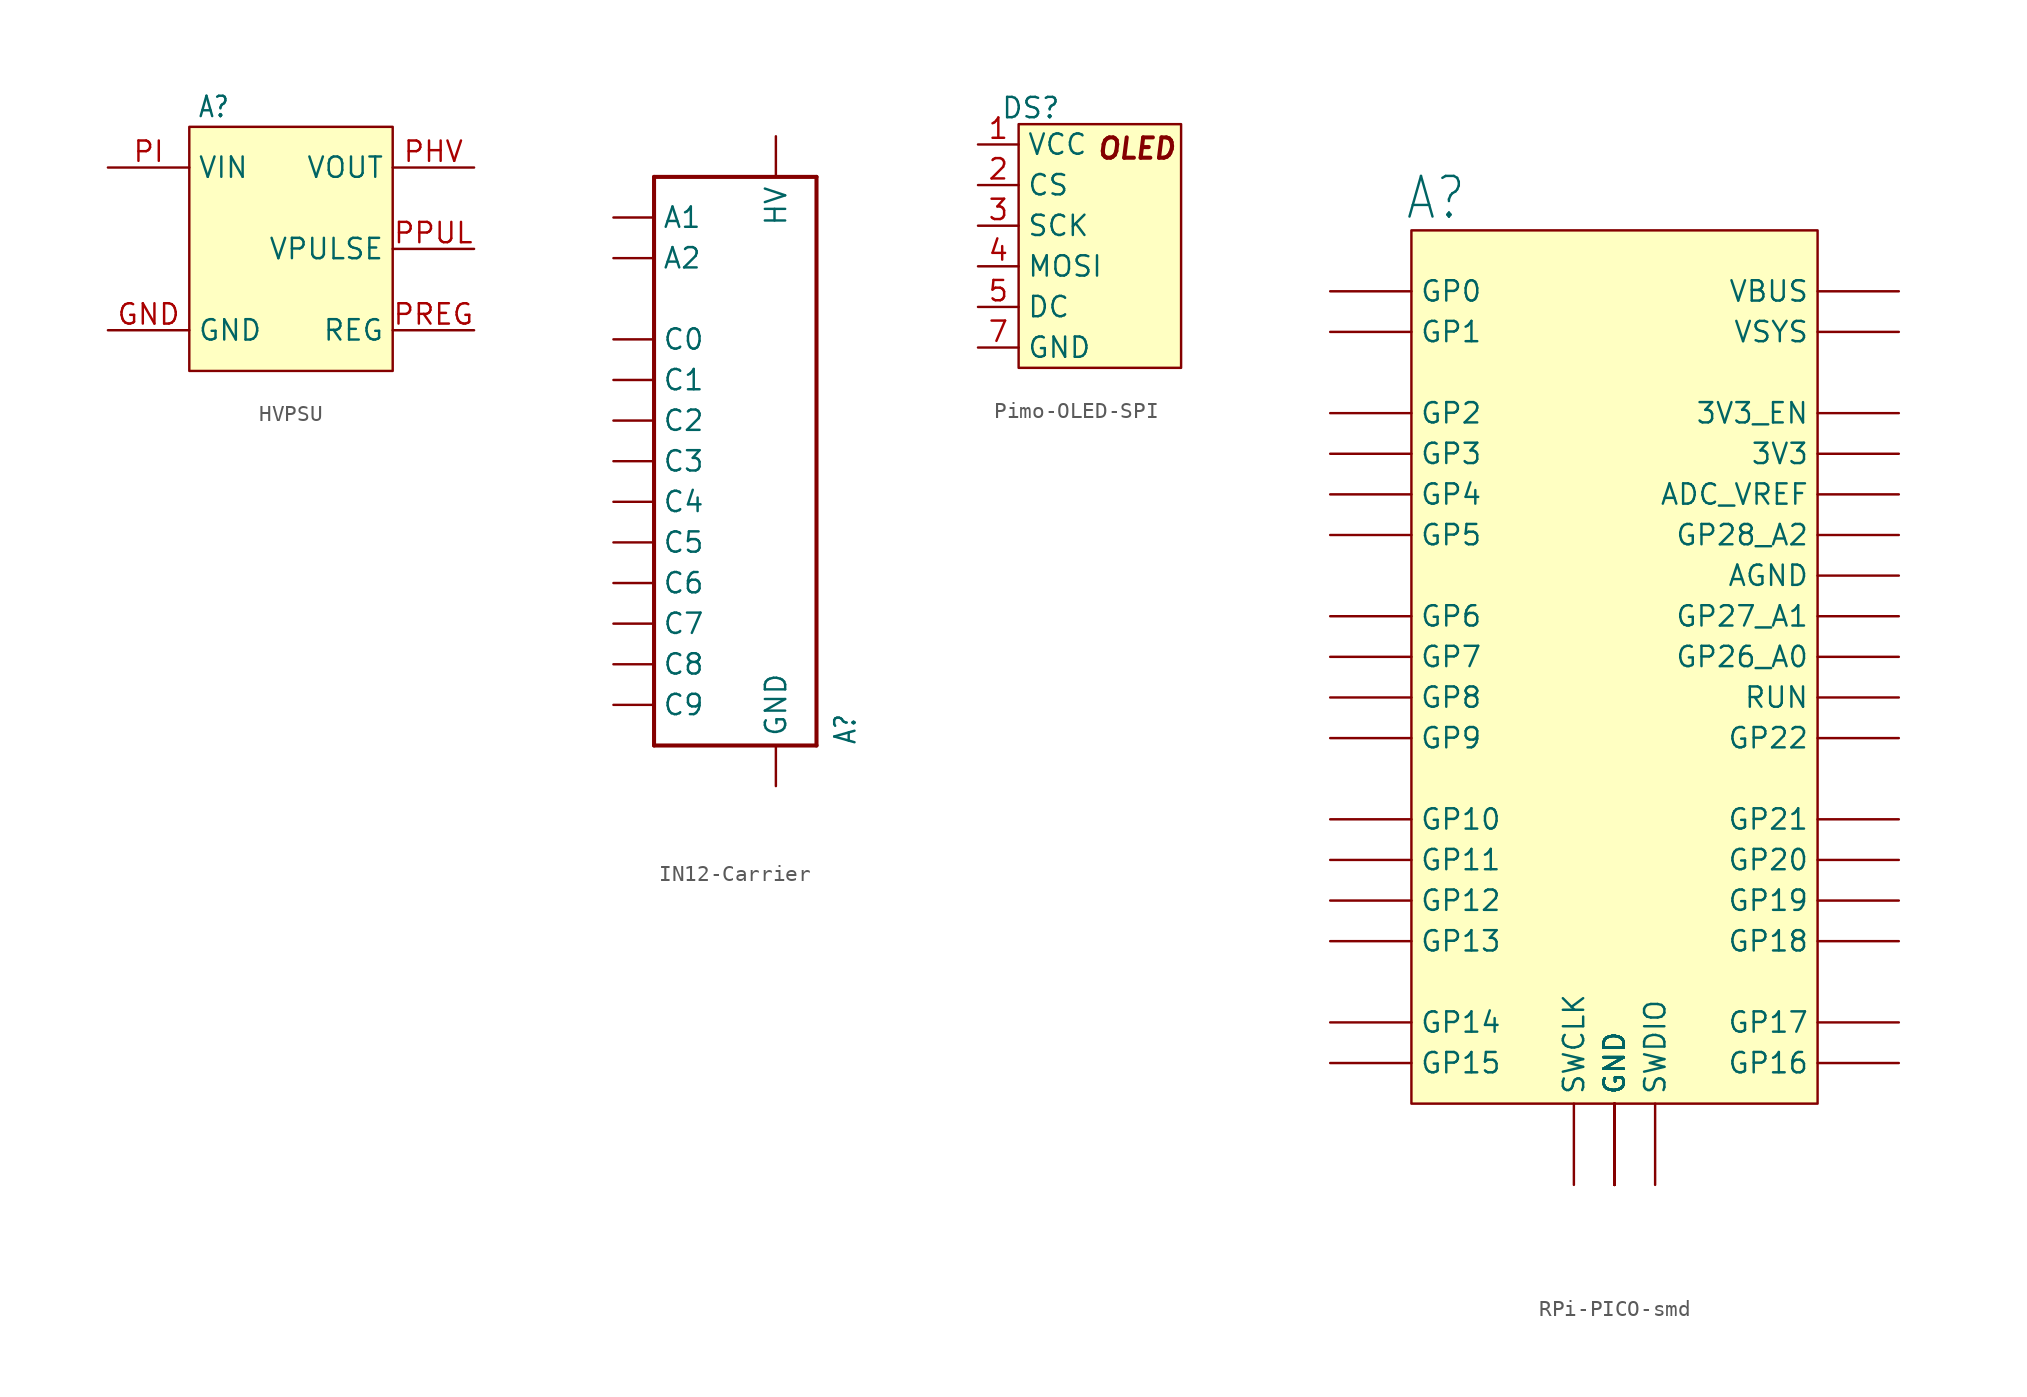
<source format=kicad_sym>
(kicad_symbol_lib
  (version 20231120)
  (generator "kicad_symbol_editor")
  (generator_version "8.0")
  (symbol "HVPSU"
    (property "Reference" "A"
      (at -5.842 8.128 0)
      (effects (font (size 1.27 1.079)) (justify left bottom)))
    (symbol "HVPSU_1_0"
      (pin power_in line (at -11.43 -5.08 0) (length 5.08) (name "GND" (effects (font (size 1.27 1.27)))) (number "GND" (effects (font (size 1.27 1.27)))))
      (pin power_out line (at 11.43 5.08 180) (length 5.08) (name "VOUT" (effects (font (size 1.27 1.27)))) (number "PHV" (effects (font (size 1.27 1.27)))))
      (pin power_in line (at -11.43 5.08 0) (length 5.08) (name "VIN" (effects (font (size 1.27 1.27)))) (number "PI" (effects (font (size 1.27 1.27)))))
      (pin power_out line (at 11.43 0 180) (length 5.08) (name "VPULSE" (effects (font (size 1.27 1.27)))) (number "PPUL" (effects (font (size 1.27 1.27)))))
      (pin power_in line (at 11.43 -5.08 180) (length 5.08) (name "REG" (effects (font (size 1.27 1.27)))) (number "PREG" (effects (font (size 1.27 1.27))))))
    (symbol "HVPSU_1_1"
      (rectangle (start -6.35 7.62) (end 6.35 -7.62) (stroke (width 0) (type default)) (fill (type background)))))
  (symbol "IN12-Carrier"
    (property "Reference" "A"
      (at 7.62 -17.78 90)
      (effects (font (size 1.27 1.079)) (justify left bottom)))
    (symbol "IN12-Carrier_1_0"
      (polyline (pts (xy -5.08 -17.78) (xy -5.08 17.78)) (stroke (width 0.254) (type solid)) (fill (type none)))
      (polyline (pts (xy -5.08 17.78) (xy 5.08 17.78)) (stroke (width 0.254) (type solid)) (fill (type none)))
      (polyline (pts (xy 5.08 -17.78) (xy -5.08 -17.78)) (stroke (width 0.254) (type solid)) (fill (type none)))
      (polyline (pts (xy 5.08 17.78) (xy 5.08 -17.78)) (stroke (width 0.254) (type solid)) (fill (type none)))
      (pin bidirectional line (at -7.62 -7.62 0) (length 2.54) (name "C6" (effects (font (size 1.27 1.27)))) (number "P$1" (effects (font (size 0 0)))))
      (pin bidirectional line (at -7.62 0 0) (length 2.54) (name "C3" (effects (font (size 1.27 1.27)))) (number "P$10" (effects (font (size 0 0)))))
      (pin bidirectional line (at -7.62 2.54 0) (length 2.54) (name "C2" (effects (font (size 1.27 1.27)))) (number "P$11" (effects (font (size 0 0)))))
      (pin bidirectional line (at -7.62 5.08 0) (length 2.54) (name "C1" (effects (font (size 1.27 1.27)))) (number "P$12" (effects (font (size 0 0)))))
      (pin bidirectional line (at 2.54 -20.32 90) (length 2.54) (name "GND" (effects (font (size 1.27 1.27)))) (number "P$13" (effects (font (size 0 0)))))
      (pin bidirectional line (at -7.62 12.7 0) (length 2.54) (name "A2" (effects (font (size 1.27 1.27)))) (number "P$14" (effects (font (size 0 0)))))
      (pin bidirectional line (at -7.62 -10.16 0) (length 2.54) (name "C7" (effects (font (size 1.27 1.27)))) (number "P$2" (effects (font (size 0 0)))))
      (pin bidirectional line (at -7.62 -12.7 0) (length 2.54) (name "C8" (effects (font (size 1.27 1.27)))) (number "P$3" (effects (font (size 0 0)))))
      (pin bidirectional line (at -7.62 -15.24 0) (length 2.54) (name "C9" (effects (font (size 1.27 1.27)))) (number "P$4" (effects (font (size 0 0)))))
      (pin bidirectional line (at -7.62 7.62 0) (length 2.54) (name "C0" (effects (font (size 1.27 1.27)))) (number "P$5" (effects (font (size 0 0)))))
      (pin bidirectional line (at 2.54 20.32 270) (length 2.54) (name "HV" (effects (font (size 1.27 1.27)))) (number "P$6" (effects (font (size 0 0)))))
      (pin bidirectional line (at -7.62 15.24 0) (length 2.54) (name "A1" (effects (font (size 1.27 1.27)))) (number "P$7" (effects (font (size 0 0)))))
      (pin bidirectional line (at -7.62 -5.08 0) (length 2.54) (name "C5" (effects (font (size 1.27 1.27)))) (number "P$8" (effects (font (size 0 0)))))
      (pin bidirectional line (at -7.62 -2.54 0) (length 2.54) (name "C4" (effects (font (size 1.27 1.27)))) (number "P$9" (effects (font (size 0 0)))))))
  (symbol "Pimo-OLED-SPI"
    (property "Reference" "DS"
      (at -4.318 8.636 0)
      (effects (font (size 1.27 1.27))))
    (property "Value" ""
      (at -7.62 -2.54 0)
      (effects (font (size 1.27 1.27))))
    (symbol "Pimo-OLED-SPI_0_1"
      (rectangle (start -5.08 7.62) (end 5.08 -7.62) (stroke (width 0) (type default)) (fill (type background))))
    (symbol "Pimo-OLED-SPI_1_1"
      (text "OLED" (at 2.286 6.096 0) (effects (font (size 1.27 1.27) (bold yes) (italic yes))))
      (pin power_in line (at -7.62 6.35 0) (length 2.54) (name "VCC" (effects (font (size 1.27 1.27)))) (number "1" (effects (font (size 1.27 1.27)))))
      (pin input line (at -7.62 3.81 0) (length 2.54) (name "CS" (effects (font (size 1.27 1.27)))) (number "2" (effects (font (size 1.27 1.27)))))
      (pin input line (at -7.62 1.27 0) (length 2.54) (name "SCK" (effects (font (size 1.27 1.27)))) (number "3" (effects (font (size 1.27 1.27)))))
      (pin input line (at -7.62 -1.27 0) (length 2.54) (name "MOSI" (effects (font (size 1.27 1.27)))) (number "4" (effects (font (size 1.27 1.27)))))
      (pin input line (at -7.62 -3.81 0) (length 2.54) (name "DC" (effects (font (size 1.27 1.27)))) (number "5" (effects (font (size 1.27 1.27)))))
      (pin power_in line (at -7.62 -6.35 0) (length 2.54) (name "GND" (effects (font (size 1.27 1.27)))) (number "7" (effects (font (size 1.27 1.27)))))))
  (symbol "RPi-PICO-smd"
    (property "Reference" "A"
      (at -11.176 31.242 0)
      (effects (font (size 2.54 2.159))))
    (symbol "RPi-PICO-smd_0_1"
      (rectangle (start -12.7 29.21) (end 12.7 -25.4) (stroke (width 0) (type default)) (fill (type background))))
    (symbol "RPi-PICO-smd_1_0"
      (pin bidirectional line (at 17.78 15.24 180) (length 5.08) (name "3V3" (effects (font (size 1.27 1.27)))) (number "3V3" (effects (font (size 0 0)))))
      (pin bidirectional line (at 17.78 17.78 180) (length 5.08) (name "3V3_EN" (effects (font (size 1.27 1.27)))) (number "3V3_EN" (effects (font (size 0 0)))))
      (pin bidirectional line (at 17.78 12.7 180) (length 5.08) (name "ADC_VREF" (effects (font (size 1.27 1.27)))) (number "ADC_VREF" (effects (font (size 0 0)))))
      (pin bidirectional line (at 17.78 7.62 180) (length 5.08) (name "AGND" (effects (font (size 1.27 1.27)))) (number "AGND" (effects (font (size 0 0)))))
      (pin power_in line (at 0 -30.48 90) (length 5.08) (name "GND" (effects (font (size 1.27 1.27)))) (number "GND@1" (effects (font (size 0 0)))))
      (pin bidirectional line (at 0 -30.48 90) (length 5.08) (name "GND" (effects (font (size 1.27 1.27)))) (number "GND@2" (effects (font (size 0 0)))))
      (pin bidirectional line (at 0 -30.48 90) (length 5.08) (name "GND" (effects (font (size 1.27 1.27)))) (number "GND@3" (effects (font (size 0 0)))))
      (pin bidirectional line (at 0 -30.48 90) (length 5.08) (name "GND" (effects (font (size 1.27 1.27)))) (number "GND@4" (effects (font (size 0 0)))))
      (pin bidirectional line (at 0 -30.48 90) (length 5.08) (name "GND" (effects (font (size 1.27 1.27)))) (number "GND@5" (effects (font (size 0 0)))))
      (pin bidirectional line (at 0 -30.48 90) (length 5.08) (name "GND" (effects (font (size 1.27 1.27)))) (number "GND@6" (effects (font (size 0 0)))))
      (pin bidirectional line (at 0 -30.48 90) (length 5.08) (name "GND" (effects (font (size 1.27 1.27)))) (number "GND@7" (effects (font (size 0 0)))))
      (pin bidirectional line (at 0 -30.48 90) (length 5.08) (name "GND" (effects (font (size 1.27 1.27)))) (number "GND@8" (effects (font (size 0 0)))))
      (pin bidirectional line (at -17.78 25.4 0) (length 5.08) (name "GP0" (effects (font (size 1.27 1.27)))) (number "GP0" (effects (font (size 0 0)))))
      (pin bidirectional line (at -17.78 22.86 0) (length 5.08) (name "GP1" (effects (font (size 1.27 1.27)))) (number "GP1" (effects (font (size 0 0)))))
      (pin bidirectional line (at -17.78 -7.62 0) (length 5.08) (name "GP10" (effects (font (size 1.27 1.27)))) (number "GP10" (effects (font (size 0 0)))))
      (pin bidirectional line (at -17.78 -10.16 0) (length 5.08) (name "GP11" (effects (font (size 1.27 1.27)))) (number "GP11" (effects (font (size 0 0)))))
      (pin bidirectional line (at -17.78 -12.7 0) (length 5.08) (name "GP12" (effects (font (size 1.27 1.27)))) (number "GP12" (effects (font (size 0 0)))))
      (pin bidirectional line (at -17.78 -15.24 0) (length 5.08) (name "GP13" (effects (font (size 1.27 1.27)))) (number "GP13" (effects (font (size 0 0)))))
      (pin bidirectional line (at -17.78 -20.32 0) (length 5.08) (name "GP14" (effects (font (size 1.27 1.27)))) (number "GP14" (effects (font (size 0 0)))))
      (pin bidirectional line (at -17.78 -22.86 0) (length 5.08) (name "GP15" (effects (font (size 1.27 1.27)))) (number "GP15" (effects (font (size 0 0)))))
      (pin bidirectional line (at 17.78 -22.86 180) (length 5.08) (name "GP16" (effects (font (size 1.27 1.27)))) (number "GP16" (effects (font (size 0 0)))))
      (pin bidirectional line (at 17.78 -20.32 180) (length 5.08) (name "GP17" (effects (font (size 1.27 1.27)))) (number "GP17" (effects (font (size 0 0)))))
      (pin bidirectional line (at 17.78 -15.24 180) (length 5.08) (name "GP18" (effects (font (size 1.27 1.27)))) (number "GP18" (effects (font (size 0 0)))))
      (pin bidirectional line (at 17.78 -12.7 180) (length 5.08) (name "GP19" (effects (font (size 1.27 1.27)))) (number "GP19" (effects (font (size 0 0)))))
      (pin bidirectional line (at -17.78 17.78 0) (length 5.08) (name "GP2" (effects (font (size 1.27 1.27)))) (number "GP2" (effects (font (size 0 0)))))
      (pin bidirectional line (at 17.78 -10.16 180) (length 5.08) (name "GP20" (effects (font (size 1.27 1.27)))) (number "GP20" (effects (font (size 0 0)))))
      (pin bidirectional line (at 17.78 -7.62 180) (length 5.08) (name "GP21" (effects (font (size 1.27 1.27)))) (number "GP21" (effects (font (size 0 0)))))
      (pin bidirectional line (at 17.78 -2.54 180) (length 5.08) (name "GP22" (effects (font (size 1.27 1.27)))) (number "GP22" (effects (font (size 0 0)))))
      (pin bidirectional line (at 17.78 2.54 180) (length 5.08) (name "GP26_A0" (effects (font (size 1.27 1.27)))) (number "GP26_A0" (effects (font (size 0 0)))))
      (pin bidirectional line (at 17.78 5.08 180) (length 5.08) (name "GP27_A1" (effects (font (size 1.27 1.27)))) (number "GP27_A1" (effects (font (size 0 0)))))
      (pin bidirectional line (at 17.78 10.16 180) (length 5.08) (name "GP28_A2" (effects (font (size 1.27 1.27)))) (number "GP28_A2" (effects (font (size 0 0)))))
      (pin bidirectional line (at -17.78 15.24 0) (length 5.08) (name "GP3" (effects (font (size 1.27 1.27)))) (number "GP3" (effects (font (size 0 0)))))
      (pin bidirectional line (at -17.78 12.7 0) (length 5.08) (name "GP4" (effects (font (size 1.27 1.27)))) (number "GP4" (effects (font (size 0 0)))))
      (pin bidirectional line (at -17.78 10.16 0) (length 5.08) (name "GP5" (effects (font (size 1.27 1.27)))) (number "GP5" (effects (font (size 0 0)))))
      (pin bidirectional line (at -17.78 5.08 0) (length 5.08) (name "GP6" (effects (font (size 1.27 1.27)))) (number "GP6" (effects (font (size 0 0)))))
      (pin bidirectional line (at -17.78 2.54 0) (length 5.08) (name "GP7" (effects (font (size 1.27 1.27)))) (number "GP7" (effects (font (size 0 0)))))
      (pin bidirectional line (at -17.78 0 0) (length 5.08) (name "GP8" (effects (font (size 1.27 1.27)))) (number "GP8" (effects (font (size 0 0)))))
      (pin bidirectional line (at -17.78 -2.54 0) (length 5.08) (name "GP9" (effects (font (size 1.27 1.27)))) (number "GP9" (effects (font (size 0 0)))))
      (pin bidirectional line (at 17.78 0 180) (length 5.08) (name "RUN" (effects (font (size 1.27 1.27)))) (number "RUN" (effects (font (size 0 0)))))
      (pin bidirectional line (at -2.54 -30.48 90) (length 5.08) (name "SWCLK" (effects (font (size 1.27 1.27)))) (number "SWCLK" (effects (font (size 0 0)))))
      (pin bidirectional line (at 2.54 -30.48 90) (length 5.08) (name "SWDIO" (effects (font (size 1.27 1.27)))) (number "SWDIO" (effects (font (size 0 0)))))
      (pin bidirectional line (at 17.78 25.4 180) (length 5.08) (name "VBUS" (effects (font (size 1.27 1.27)))) (number "VBUS" (effects (font (size 0 0)))))
      (pin bidirectional line (at 17.78 22.86 180) (length 5.08) (name "VSYS" (effects (font (size 1.27 1.27)))) (number "VSYS" (effects (font (size 0 0))))))))
</source>
